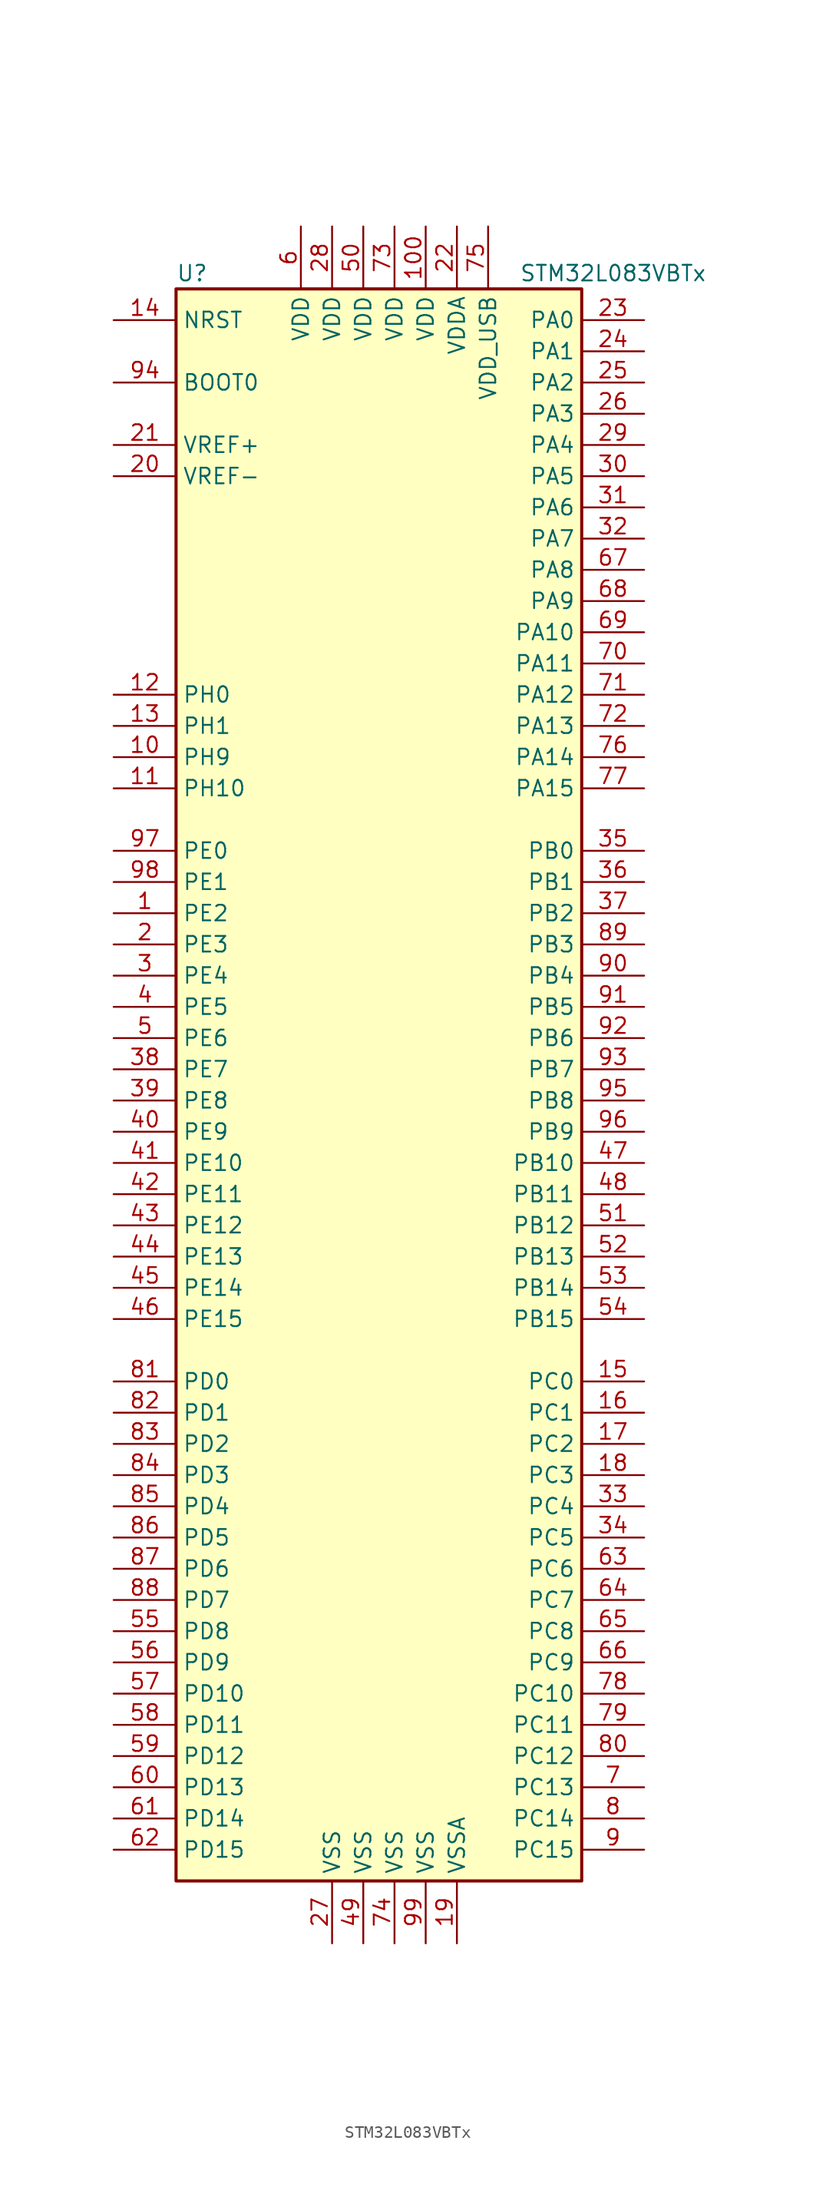
<source format=kicad_sym>
(kicad_symbol_lib
  (version 20211014)
  (generator kicad_symbol_editor)
  (symbol "STM32L083VBTx"
    (property "Reference" "U"
      (at -17.78 64.77 0)
      (effects (font (size 1.27 1.27)) (justify left)))
    (property "Value" "STM32L083VBTx"
      (at 10.16 64.77 0)
      (effects (font (size 1.27 1.27)) (justify left)))
    (symbol "STM32L083VBTx_0_1"
      (rectangle (start -17.78 -66.04) (end 15.24 63.5) (stroke (width 0.254) (type default) (color 0 0 0 0)) (fill (type background))))
    (symbol "STM32L083VBTx_1_1"
      (pin bidirectional line (at -22.86 12.7 0) (length 5.08) (name "PE2" (effects (font (size 1.27 1.27)))) (number "1" (effects (font (size 1.27 1.27)))))
      (pin bidirectional line (at -22.86 25.4 0) (length 5.08) (name "PH9" (effects (font (size 1.27 1.27)))) (number "10" (effects (font (size 1.27 1.27)))))
      (pin power_in line (at 2.54 68.58 270) (length 5.08) (name "VDD" (effects (font (size 1.27 1.27)))) (number "100" (effects (font (size 1.27 1.27)))))
      (pin bidirectional line (at -22.86 22.86 0) (length 5.08) (name "PH10" (effects (font (size 1.27 1.27)))) (number "11" (effects (font (size 1.27 1.27)))))
      (pin input line (at -22.86 30.48 0) (length 5.08) (name "PH0" (effects (font (size 1.27 1.27)))) (number "12" (effects (font (size 1.27 1.27)))))
      (pin input line (at -22.86 27.94 0) (length 5.08) (name "PH1" (effects (font (size 1.27 1.27)))) (number "13" (effects (font (size 1.27 1.27)))))
      (pin input line (at -22.86 60.96 0) (length 5.08) (name "NRST" (effects (font (size 1.27 1.27)))) (number "14" (effects (font (size 1.27 1.27)))))
      (pin bidirectional line (at 20.32 -25.4 180) (length 5.08) (name "PC0" (effects (font (size 1.27 1.27)))) (number "15" (effects (font (size 1.27 1.27)))))
      (pin bidirectional line (at 20.32 -27.94 180) (length 5.08) (name "PC1" (effects (font (size 1.27 1.27)))) (number "16" (effects (font (size 1.27 1.27)))))
      (pin bidirectional line (at 20.32 -30.48 180) (length 5.08) (name "PC2" (effects (font (size 1.27 1.27)))) (number "17" (effects (font (size 1.27 1.27)))))
      (pin bidirectional line (at 20.32 -33.02 180) (length 5.08) (name "PC3" (effects (font (size 1.27 1.27)))) (number "18" (effects (font (size 1.27 1.27)))))
      (pin power_in line (at 5.08 -71.12 90) (length 5.08) (name "VSSA" (effects (font (size 1.27 1.27)))) (number "19" (effects (font (size 1.27 1.27)))))
      (pin bidirectional line (at -22.86 10.16 0) (length 5.08) (name "PE3" (effects (font (size 1.27 1.27)))) (number "2" (effects (font (size 1.27 1.27)))))
      (pin power_in line (at -22.86 48.26 0) (length 5.08) (name "VREF-" (effects (font (size 1.27 1.27)))) (number "20" (effects (font (size 1.27 1.27)))))
      (pin power_in line (at -22.86 50.8 0) (length 5.08) (name "VREF+" (effects (font (size 1.27 1.27)))) (number "21" (effects (font (size 1.27 1.27)))))
      (pin power_in line (at 5.08 68.58 270) (length 5.08) (name "VDDA" (effects (font (size 1.27 1.27)))) (number "22" (effects (font (size 1.27 1.27)))))
      (pin bidirectional line (at 20.32 60.96 180) (length 5.08) (name "PA0" (effects (font (size 1.27 1.27)))) (number "23" (effects (font (size 1.27 1.27)))))
      (pin bidirectional line (at 20.32 58.42 180) (length 5.08) (name "PA1" (effects (font (size 1.27 1.27)))) (number "24" (effects (font (size 1.27 1.27)))))
      (pin bidirectional line (at 20.32 55.88 180) (length 5.08) (name "PA2" (effects (font (size 1.27 1.27)))) (number "25" (effects (font (size 1.27 1.27)))))
      (pin bidirectional line (at 20.32 53.34 180) (length 5.08) (name "PA3" (effects (font (size 1.27 1.27)))) (number "26" (effects (font (size 1.27 1.27)))))
      (pin power_in line (at -5.08 -71.12 90) (length 5.08) (name "VSS" (effects (font (size 1.27 1.27)))) (number "27" (effects (font (size 1.27 1.27)))))
      (pin power_in line (at -5.08 68.58 270) (length 5.08) (name "VDD" (effects (font (size 1.27 1.27)))) (number "28" (effects (font (size 1.27 1.27)))))
      (pin bidirectional line (at 20.32 50.8 180) (length 5.08) (name "PA4" (effects (font (size 1.27 1.27)))) (number "29" (effects (font (size 1.27 1.27)))))
      (pin bidirectional line (at -22.86 7.62 0) (length 5.08) (name "PE4" (effects (font (size 1.27 1.27)))) (number "3" (effects (font (size 1.27 1.27)))))
      (pin bidirectional line (at 20.32 48.26 180) (length 5.08) (name "PA5" (effects (font (size 1.27 1.27)))) (number "30" (effects (font (size 1.27 1.27)))))
      (pin bidirectional line (at 20.32 45.72 180) (length 5.08) (name "PA6" (effects (font (size 1.27 1.27)))) (number "31" (effects (font (size 1.27 1.27)))))
      (pin bidirectional line (at 20.32 43.18 180) (length 5.08) (name "PA7" (effects (font (size 1.27 1.27)))) (number "32" (effects (font (size 1.27 1.27)))))
      (pin bidirectional line (at 20.32 -35.56 180) (length 5.08) (name "PC4" (effects (font (size 1.27 1.27)))) (number "33" (effects (font (size 1.27 1.27)))))
      (pin bidirectional line (at 20.32 -38.1 180) (length 5.08) (name "PC5" (effects (font (size 1.27 1.27)))) (number "34" (effects (font (size 1.27 1.27)))))
      (pin bidirectional line (at 20.32 17.78 180) (length 5.08) (name "PB0" (effects (font (size 1.27 1.27)))) (number "35" (effects (font (size 1.27 1.27)))))
      (pin bidirectional line (at 20.32 15.24 180) (length 5.08) (name "PB1" (effects (font (size 1.27 1.27)))) (number "36" (effects (font (size 1.27 1.27)))))
      (pin bidirectional line (at 20.32 12.7 180) (length 5.08) (name "PB2" (effects (font (size 1.27 1.27)))) (number "37" (effects (font (size 1.27 1.27)))))
      (pin bidirectional line (at -22.86 0 0) (length 5.08) (name "PE7" (effects (font (size 1.27 1.27)))) (number "38" (effects (font (size 1.27 1.27)))))
      (pin bidirectional line (at -22.86 -2.54 0) (length 5.08) (name "PE8" (effects (font (size 1.27 1.27)))) (number "39" (effects (font (size 1.27 1.27)))))
      (pin bidirectional line (at -22.86 5.08 0) (length 5.08) (name "PE5" (effects (font (size 1.27 1.27)))) (number "4" (effects (font (size 1.27 1.27)))))
      (pin bidirectional line (at -22.86 -5.08 0) (length 5.08) (name "PE9" (effects (font (size 1.27 1.27)))) (number "40" (effects (font (size 1.27 1.27)))))
      (pin bidirectional line (at -22.86 -7.62 0) (length 5.08) (name "PE10" (effects (font (size 1.27 1.27)))) (number "41" (effects (font (size 1.27 1.27)))))
      (pin bidirectional line (at -22.86 -10.16 0) (length 5.08) (name "PE11" (effects (font (size 1.27 1.27)))) (number "42" (effects (font (size 1.27 1.27)))))
      (pin bidirectional line (at -22.86 -12.7 0) (length 5.08) (name "PE12" (effects (font (size 1.27 1.27)))) (number "43" (effects (font (size 1.27 1.27)))))
      (pin bidirectional line (at -22.86 -15.24 0) (length 5.08) (name "PE13" (effects (font (size 1.27 1.27)))) (number "44" (effects (font (size 1.27 1.27)))))
      (pin bidirectional line (at -22.86 -17.78 0) (length 5.08) (name "PE14" (effects (font (size 1.27 1.27)))) (number "45" (effects (font (size 1.27 1.27)))))
      (pin bidirectional line (at -22.86 -20.32 0) (length 5.08) (name "PE15" (effects (font (size 1.27 1.27)))) (number "46" (effects (font (size 1.27 1.27)))))
      (pin bidirectional line (at 20.32 -7.62 180) (length 5.08) (name "PB10" (effects (font (size 1.27 1.27)))) (number "47" (effects (font (size 1.27 1.27)))))
      (pin bidirectional line (at 20.32 -10.16 180) (length 5.08) (name "PB11" (effects (font (size 1.27 1.27)))) (number "48" (effects (font (size 1.27 1.27)))))
      (pin power_in line (at -2.54 -71.12 90) (length 5.08) (name "VSS" (effects (font (size 1.27 1.27)))) (number "49" (effects (font (size 1.27 1.27)))))
      (pin bidirectional line (at -22.86 2.54 0) (length 5.08) (name "PE6" (effects (font (size 1.27 1.27)))) (number "5" (effects (font (size 1.27 1.27)))))
      (pin power_in line (at -2.54 68.58 270) (length 5.08) (name "VDD" (effects (font (size 1.27 1.27)))) (number "50" (effects (font (size 1.27 1.27)))))
      (pin bidirectional line (at 20.32 -12.7 180) (length 5.08) (name "PB12" (effects (font (size 1.27 1.27)))) (number "51" (effects (font (size 1.27 1.27)))))
      (pin bidirectional line (at 20.32 -15.24 180) (length 5.08) (name "PB13" (effects (font (size 1.27 1.27)))) (number "52" (effects (font (size 1.27 1.27)))))
      (pin bidirectional line (at 20.32 -17.78 180) (length 5.08) (name "PB14" (effects (font (size 1.27 1.27)))) (number "53" (effects (font (size 1.27 1.27)))))
      (pin bidirectional line (at 20.32 -20.32 180) (length 5.08) (name "PB15" (effects (font (size 1.27 1.27)))) (number "54" (effects (font (size 1.27 1.27)))))
      (pin bidirectional line (at -22.86 -45.72 0) (length 5.08) (name "PD8" (effects (font (size 1.27 1.27)))) (number "55" (effects (font (size 1.27 1.27)))))
      (pin bidirectional line (at -22.86 -48.26 0) (length 5.08) (name "PD9" (effects (font (size 1.27 1.27)))) (number "56" (effects (font (size 1.27 1.27)))))
      (pin bidirectional line (at -22.86 -50.8 0) (length 5.08) (name "PD10" (effects (font (size 1.27 1.27)))) (number "57" (effects (font (size 1.27 1.27)))))
      (pin bidirectional line (at -22.86 -53.34 0) (length 5.08) (name "PD11" (effects (font (size 1.27 1.27)))) (number "58" (effects (font (size 1.27 1.27)))))
      (pin bidirectional line (at -22.86 -55.88 0) (length 5.08) (name "PD12" (effects (font (size 1.27 1.27)))) (number "59" (effects (font (size 1.27 1.27)))))
      (pin power_in line (at -7.62 68.58 270) (length 5.08) (name "VDD" (effects (font (size 1.27 1.27)))) (number "6" (effects (font (size 1.27 1.27)))))
      (pin bidirectional line (at -22.86 -58.42 0) (length 5.08) (name "PD13" (effects (font (size 1.27 1.27)))) (number "60" (effects (font (size 1.27 1.27)))))
      (pin bidirectional line (at -22.86 -60.96 0) (length 5.08) (name "PD14" (effects (font (size 1.27 1.27)))) (number "61" (effects (font (size 1.27 1.27)))))
      (pin bidirectional line (at -22.86 -63.5 0) (length 5.08) (name "PD15" (effects (font (size 1.27 1.27)))) (number "62" (effects (font (size 1.27 1.27)))))
      (pin bidirectional line (at 20.32 -40.64 180) (length 5.08) (name "PC6" (effects (font (size 1.27 1.27)))) (number "63" (effects (font (size 1.27 1.27)))))
      (pin bidirectional line (at 20.32 -43.18 180) (length 5.08) (name "PC7" (effects (font (size 1.27 1.27)))) (number "64" (effects (font (size 1.27 1.27)))))
      (pin bidirectional line (at 20.32 -45.72 180) (length 5.08) (name "PC8" (effects (font (size 1.27 1.27)))) (number "65" (effects (font (size 1.27 1.27)))))
      (pin bidirectional line (at 20.32 -48.26 180) (length 5.08) (name "PC9" (effects (font (size 1.27 1.27)))) (number "66" (effects (font (size 1.27 1.27)))))
      (pin bidirectional line (at 20.32 40.64 180) (length 5.08) (name "PA8" (effects (font (size 1.27 1.27)))) (number "67" (effects (font (size 1.27 1.27)))))
      (pin bidirectional line (at 20.32 38.1 180) (length 5.08) (name "PA9" (effects (font (size 1.27 1.27)))) (number "68" (effects (font (size 1.27 1.27)))))
      (pin bidirectional line (at 20.32 35.56 180) (length 5.08) (name "PA10" (effects (font (size 1.27 1.27)))) (number "69" (effects (font (size 1.27 1.27)))))
      (pin bidirectional line (at 20.32 -58.42 180) (length 5.08) (name "PC13" (effects (font (size 1.27 1.27)))) (number "7" (effects (font (size 1.27 1.27)))))
      (pin bidirectional line (at 20.32 33.02 180) (length 5.08) (name "PA11" (effects (font (size 1.27 1.27)))) (number "70" (effects (font (size 1.27 1.27)))))
      (pin bidirectional line (at 20.32 30.48 180) (length 5.08) (name "PA12" (effects (font (size 1.27 1.27)))) (number "71" (effects (font (size 1.27 1.27)))))
      (pin bidirectional line (at 20.32 27.94 180) (length 5.08) (name "PA13" (effects (font (size 1.27 1.27)))) (number "72" (effects (font (size 1.27 1.27)))))
      (pin power_in line (at 0 68.58 270) (length 5.08) (name "VDD" (effects (font (size 1.27 1.27)))) (number "73" (effects (font (size 1.27 1.27)))))
      (pin power_in line (at 0 -71.12 90) (length 5.08) (name "VSS" (effects (font (size 1.27 1.27)))) (number "74" (effects (font (size 1.27 1.27)))))
      (pin power_in line (at 7.62 68.58 270) (length 5.08) (name "VDD_USB" (effects (font (size 1.27 1.27)))) (number "75" (effects (font (size 1.27 1.27)))))
      (pin bidirectional line (at 20.32 25.4 180) (length 5.08) (name "PA14" (effects (font (size 1.27 1.27)))) (number "76" (effects (font (size 1.27 1.27)))))
      (pin bidirectional line (at 20.32 22.86 180) (length 5.08) (name "PA15" (effects (font (size 1.27 1.27)))) (number "77" (effects (font (size 1.27 1.27)))))
      (pin bidirectional line (at 20.32 -50.8 180) (length 5.08) (name "PC10" (effects (font (size 1.27 1.27)))) (number "78" (effects (font (size 1.27 1.27)))))
      (pin bidirectional line (at 20.32 -53.34 180) (length 5.08) (name "PC11" (effects (font (size 1.27 1.27)))) (number "79" (effects (font (size 1.27 1.27)))))
      (pin bidirectional line (at 20.32 -60.96 180) (length 5.08) (name "PC14" (effects (font (size 1.27 1.27)))) (number "8" (effects (font (size 1.27 1.27)))))
      (pin bidirectional line (at 20.32 -55.88 180) (length 5.08) (name "PC12" (effects (font (size 1.27 1.27)))) (number "80" (effects (font (size 1.27 1.27)))))
      (pin bidirectional line (at -22.86 -25.4 0) (length 5.08) (name "PD0" (effects (font (size 1.27 1.27)))) (number "81" (effects (font (size 1.27 1.27)))))
      (pin bidirectional line (at -22.86 -27.94 0) (length 5.08) (name "PD1" (effects (font (size 1.27 1.27)))) (number "82" (effects (font (size 1.27 1.27)))))
      (pin bidirectional line (at -22.86 -30.48 0) (length 5.08) (name "PD2" (effects (font (size 1.27 1.27)))) (number "83" (effects (font (size 1.27 1.27)))))
      (pin bidirectional line (at -22.86 -33.02 0) (length 5.08) (name "PD3" (effects (font (size 1.27 1.27)))) (number "84" (effects (font (size 1.27 1.27)))))
      (pin bidirectional line (at -22.86 -35.56 0) (length 5.08) (name "PD4" (effects (font (size 1.27 1.27)))) (number "85" (effects (font (size 1.27 1.27)))))
      (pin bidirectional line (at -22.86 -38.1 0) (length 5.08) (name "PD5" (effects (font (size 1.27 1.27)))) (number "86" (effects (font (size 1.27 1.27)))))
      (pin bidirectional line (at -22.86 -40.64 0) (length 5.08) (name "PD6" (effects (font (size 1.27 1.27)))) (number "87" (effects (font (size 1.27 1.27)))))
      (pin bidirectional line (at -22.86 -43.18 0) (length 5.08) (name "PD7" (effects (font (size 1.27 1.27)))) (number "88" (effects (font (size 1.27 1.27)))))
      (pin bidirectional line (at 20.32 10.16 180) (length 5.08) (name "PB3" (effects (font (size 1.27 1.27)))) (number "89" (effects (font (size 1.27 1.27)))))
      (pin bidirectional line (at 20.32 -63.5 180) (length 5.08) (name "PC15" (effects (font (size 1.27 1.27)))) (number "9" (effects (font (size 1.27 1.27)))))
      (pin bidirectional line (at 20.32 7.62 180) (length 5.08) (name "PB4" (effects (font (size 1.27 1.27)))) (number "90" (effects (font (size 1.27 1.27)))))
      (pin bidirectional line (at 20.32 5.08 180) (length 5.08) (name "PB5" (effects (font (size 1.27 1.27)))) (number "91" (effects (font (size 1.27 1.27)))))
      (pin bidirectional line (at 20.32 2.54 180) (length 5.08) (name "PB6" (effects (font (size 1.27 1.27)))) (number "92" (effects (font (size 1.27 1.27)))))
      (pin bidirectional line (at 20.32 0 180) (length 5.08) (name "PB7" (effects (font (size 1.27 1.27)))) (number "93" (effects (font (size 1.27 1.27)))))
      (pin input line (at -22.86 55.88 0) (length 5.08) (name "BOOT0" (effects (font (size 1.27 1.27)))) (number "94" (effects (font (size 1.27 1.27)))))
      (pin bidirectional line (at 20.32 -2.54 180) (length 5.08) (name "PB8" (effects (font (size 1.27 1.27)))) (number "95" (effects (font (size 1.27 1.27)))))
      (pin bidirectional line (at 20.32 -5.08 180) (length 5.08) (name "PB9" (effects (font (size 1.27 1.27)))) (number "96" (effects (font (size 1.27 1.27)))))
      (pin bidirectional line (at -22.86 17.78 0) (length 5.08) (name "PE0" (effects (font (size 1.27 1.27)))) (number "97" (effects (font (size 1.27 1.27)))))
      (pin bidirectional line (at -22.86 15.24 0) (length 5.08) (name "PE1" (effects (font (size 1.27 1.27)))) (number "98" (effects (font (size 1.27 1.27)))))
      (pin power_in line (at 2.54 -71.12 90) (length 5.08) (name "VSS" (effects (font (size 1.27 1.27)))) (number "99" (effects (font (size 1.27 1.27))))))))
</source>
